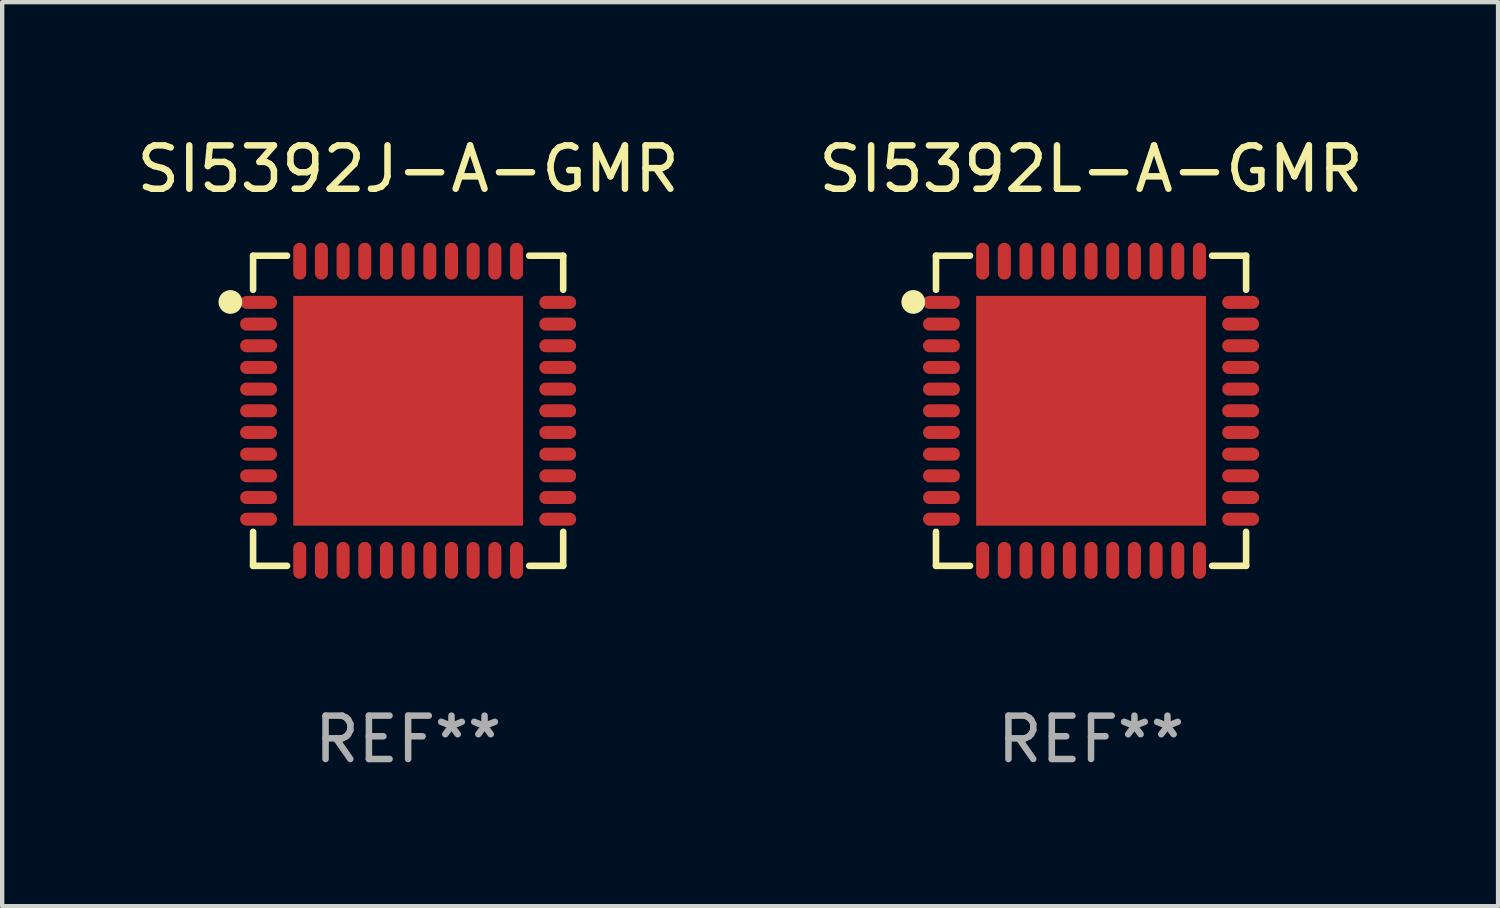
<source format=kicad_pcb>
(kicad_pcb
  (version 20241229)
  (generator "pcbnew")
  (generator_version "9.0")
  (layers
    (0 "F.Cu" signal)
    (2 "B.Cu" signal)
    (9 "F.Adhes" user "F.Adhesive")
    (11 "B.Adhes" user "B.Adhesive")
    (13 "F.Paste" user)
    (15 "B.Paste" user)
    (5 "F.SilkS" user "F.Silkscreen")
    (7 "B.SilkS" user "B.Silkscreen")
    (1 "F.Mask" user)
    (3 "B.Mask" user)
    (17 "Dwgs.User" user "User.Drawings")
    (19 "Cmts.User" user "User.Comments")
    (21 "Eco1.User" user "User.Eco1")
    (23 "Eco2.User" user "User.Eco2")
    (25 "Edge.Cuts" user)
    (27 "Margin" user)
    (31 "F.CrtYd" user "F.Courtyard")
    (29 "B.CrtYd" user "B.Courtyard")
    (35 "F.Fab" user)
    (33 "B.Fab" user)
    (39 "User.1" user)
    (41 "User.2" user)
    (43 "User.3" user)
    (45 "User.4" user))
  (footprint "SI5392L-A-GMR"
    (layer "F.Cu")
    (at 22.113 6.424)
    (property "Reference" "SI5392L-A-GMR" (at 0 -5.576 0) (layer "F.SilkS") (effects (font (size 1 1) (thickness 0.15))))
    (attr through_hole)
    (fp_line (start -3.576 -3.576) (end -2.792 -3.576) (stroke (width 0.152) (type solid)) (layer "F.SilkS"))
    (fp_line (start -3.576 -2.792) (end -3.576 -3.576) (stroke (width 0.152) (type solid)) (layer "F.SilkS"))
    (fp_line (start -3.576 2.792) (end -3.576 3.576) (stroke (width 0.152) (type solid)) (layer "F.SilkS"))
    (fp_line (start -3.576 3.576) (end -2.792 3.576) (stroke (width 0.152) (type solid)) (layer "F.SilkS"))
    (fp_line (start 3.576 -3.576) (end 2.792 -3.576) (stroke (width 0.152) (type solid)) (layer "F.SilkS"))
    (fp_line (start 3.576 -2.792) (end 3.576 -3.576) (stroke (width 0.152) (type solid)) (layer "F.SilkS"))
    (fp_line (start 3.576 2.792) (end 3.576 3.576) (stroke (width 0.152) (type solid)) (layer "F.SilkS"))
    (fp_line (start 3.576 3.576) (end 2.792 3.576) (stroke (width 0.152) (type solid)) (layer "F.SilkS"))
    (fp_arc (start -4.01016 -2.489967) (mid -3.990094 -2.494704) (end -3.970028 -2.489967) (stroke (width 0.254001) (type solid)) (layer "F.SilkS"))
    (fp_arc (start -3.970028 -2.489967) (mid -3.990094 -2.469901) (end -4.01016 -2.489967) (stroke (width 0.254001) (type solid)) (layer "F.SilkS"))
    (fp_circle (center -4.1 -2.51) (end -4.08 -2.51) (stroke (width 0.254) (type solid)) (fill no) (layer "F.SilkS"))
    (fp_text user "REF**" (at 0 7.576 0) (layer "F.Fab") (effects (font (size 1 1) (thickness 0.15))))
    (pad "1" smd oval (at -3.45 -2.5) (size 0.85 0.3) (layers "F.Cu" "F.Mask" "F.Paste"))
    (pad "2" smd oval (at -3.45 -2) (size 0.85 0.3) (layers "F.Cu" "F.Mask" "F.Paste"))
    (pad "3" smd oval (at -3.45 -1.5) (size 0.85 0.3) (layers "F.Cu" "F.Mask" "F.Paste"))
    (pad "4" smd oval (at -3.45 -1) (size 0.85 0.3) (layers "F.Cu" "F.Mask" "F.Paste"))
    (pad "5" smd oval (at -3.45 -0.5) (size 0.85 0.3) (layers "F.Cu" "F.Mask" "F.Paste"))
    (pad "6" smd oval (at -3.45 0) (size 0.85 0.3) (layers "F.Cu" "F.Mask" "F.Paste"))
    (pad "7" smd oval (at -3.45 0.5) (size 0.85 0.3) (layers "F.Cu" "F.Mask" "F.Paste"))
    (pad "8" smd oval (at -3.45 1) (size 0.85 0.3) (layers "F.Cu" "F.Mask" "F.Paste"))
    (pad "9" smd oval (at -3.45 1.5) (size 0.85 0.3) (layers "F.Cu" "F.Mask" "F.Paste"))
    (pad "10" smd oval (at -3.45 2) (size 0.85 0.3) (layers "F.Cu" "F.Mask" "F.Paste"))
    (pad "11" smd oval (at -3.45 2.5) (size 0.85 0.3) (layers "F.Cu" "F.Mask" "F.Paste"))
    (pad "12" smd oval (at -2.5 3.45) (size 0.3 0.85) (layers "F.Cu" "F.Mask" "F.Paste"))
    (pad "13" smd oval (at -2 3.45) (size 0.3 0.85) (layers "F.Cu" "F.Mask" "F.Paste"))
    (pad "14" smd oval (at -1.5 3.45) (size 0.3 0.85) (layers "F.Cu" "F.Mask" "F.Paste"))
    (pad "15" smd oval (at -1 3.45) (size 0.3 0.85) (layers "F.Cu" "F.Mask" "F.Paste"))
    (pad "16" smd oval (at -0.5 3.45) (size 0.3 0.85) (layers "F.Cu" "F.Mask" "F.Paste"))
    (pad "17" smd oval (at 0 3.45) (size 0.3 0.85) (layers "F.Cu" "F.Mask" "F.Paste"))
    (pad "18" smd oval (at 0.5 3.45) (size 0.3 0.85) (layers "F.Cu" "F.Mask" "F.Paste"))
    (pad "19" smd oval (at 1 3.45) (size 0.3 0.85) (layers "F.Cu" "F.Mask" "F.Paste"))
    (pad "20" smd oval (at 1.5 3.45) (size 0.3 0.85) (layers "F.Cu" "F.Mask" "F.Paste"))
    (pad "21" smd oval (at 2 3.45) (size 0.3 0.85) (layers "F.Cu" "F.Mask" "F.Paste"))
    (pad "22" smd oval (at 2.5 3.45) (size 0.3 0.85) (layers "F.Cu" "F.Mask" "F.Paste"))
    (pad "23" smd oval (at 3.45 2.5) (size 0.85 0.3) (layers "F.Cu" "F.Mask" "F.Paste"))
    (pad "24" smd oval (at 3.45 2) (size 0.85 0.3) (layers "F.Cu" "F.Mask" "F.Paste"))
    (pad "25" smd oval (at 3.45 1.5) (size 0.85 0.3) (layers "F.Cu" "F.Mask" "F.Paste"))
    (pad "26" smd oval (at 3.45 1) (size 0.85 0.3) (layers "F.Cu" "F.Mask" "F.Paste"))
    (pad "27" smd oval (at 3.45 0.5) (size 0.85 0.3) (layers "F.Cu" "F.Mask" "F.Paste"))
    (pad "28" smd oval (at 3.45 0) (size 0.85 0.3) (layers "F.Cu" "F.Mask" "F.Paste"))
    (pad "29" smd oval (at 3.45 -0.5) (size 0.85 0.3) (layers "F.Cu" "F.Mask" "F.Paste"))
    (pad "30" smd oval (at 3.45 -1) (size 0.85 0.3) (layers "F.Cu" "F.Mask" "F.Paste"))
    (pad "31" smd oval (at 3.45 -1.5) (size 0.85 0.3) (layers "F.Cu" "F.Mask" "F.Paste"))
    (pad "32" smd oval (at 3.45 -2) (size 0.85 0.3) (layers "F.Cu" "F.Mask" "F.Paste"))
    (pad "33" smd oval (at 3.45 -2.5) (size 0.85 0.3) (layers "F.Cu" "F.Mask" "F.Paste"))
    (pad "34" smd oval (at 2.5 -3.45) (size 0.3 0.85) (layers "F.Cu" "F.Mask" "F.Paste"))
    (pad "35" smd oval (at 2 -3.45) (size 0.3 0.85) (layers "F.Cu" "F.Mask" "F.Paste"))
    (pad "36" smd oval (at 1.5 -3.45) (size 0.3 0.85) (layers "F.Cu" "F.Mask" "F.Paste"))
    (pad "37" smd oval (at 1 -3.45) (size 0.3 0.85) (layers "F.Cu" "F.Mask" "F.Paste"))
    (pad "38" smd oval (at 0.5 -3.45) (size 0.3 0.85) (layers "F.Cu" "F.Mask" "F.Paste"))
    (pad "39" smd oval (at 0 -3.45) (size 0.3 0.85) (layers "F.Cu" "F.Mask" "F.Paste"))
    (pad "40" smd oval (at -0.5 -3.45) (size 0.3 0.85) (layers "F.Cu" "F.Mask" "F.Paste"))
    (pad "41" smd oval (at -1 -3.45) (size 0.3 0.85) (layers "F.Cu" "F.Mask" "F.Paste"))
    (pad "42" smd oval (at -1.5 -3.45) (size 0.3 0.85) (layers "F.Cu" "F.Mask" "F.Paste"))
    (pad "43" smd oval (at -2 -3.45) (size 0.3 0.85) (layers "F.Cu" "F.Mask" "F.Paste"))
    (pad "44" smd oval (at -2.5 -3.45) (size 0.3 0.85) (layers "F.Cu" "F.Mask" "F.Paste"))
    (pad "45" smd rect (at 0 0) (size 5.3 5.3) (layers "F.Cu" "F.Mask" "F.Paste")))
  (footprint "SI5392J-A-GMR"
    (layer "F.Cu")
    (at 6.363 6.424)
    (property "Reference" "SI5392J-A-GMR" (at 0 -5.576 0) (layer "F.SilkS") (effects (font (size 1 1) (thickness 0.15))))
    (attr through_hole)
    (fp_line (start -3.576 -3.576) (end -2.792 -3.576) (stroke (width 0.152) (type solid)) (layer "F.SilkS"))
    (fp_line (start -3.576 -2.792) (end -3.576 -3.576) (stroke (width 0.152) (type solid)) (layer "F.SilkS"))
    (fp_line (start -3.576 2.792) (end -3.576 3.576) (stroke (width 0.152) (type solid)) (layer "F.SilkS"))
    (fp_line (start -3.576 3.576) (end -2.792 3.576) (stroke (width 0.152) (type solid)) (layer "F.SilkS"))
    (fp_line (start 3.576 -3.576) (end 2.792 -3.576) (stroke (width 0.152) (type solid)) (layer "F.SilkS"))
    (fp_line (start 3.576 -2.792) (end 3.576 -3.576) (stroke (width 0.152) (type solid)) (layer "F.SilkS"))
    (fp_line (start 3.576 2.792) (end 3.576 3.576) (stroke (width 0.152) (type solid)) (layer "F.SilkS"))
    (fp_line (start 3.576 3.576) (end 2.792 3.576) (stroke (width 0.152) (type solid)) (layer "F.SilkS"))
    (fp_arc (start -4.01016 -2.489967) (mid -3.990094 -2.494704) (end -3.970028 -2.489967) (stroke (width 0.254001) (type solid)) (layer "F.SilkS"))
    (fp_arc (start -3.970028 -2.489967) (mid -3.990094 -2.469901) (end -4.01016 -2.489967) (stroke (width 0.254001) (type solid)) (layer "F.SilkS"))
    (fp_circle (center -4.1 -2.51) (end -4.08 -2.51) (stroke (width 0.254) (type solid)) (fill no) (layer "F.SilkS"))
    (fp_text user "REF**" (at 0 7.576 0) (layer "F.Fab") (effects (font (size 1 1) (thickness 0.15))))
    (pad "1" smd oval (at -3.45 -2.5) (size 0.85 0.3) (layers "F.Cu" "F.Mask" "F.Paste"))
    (pad "2" smd oval (at -3.45 -2) (size 0.85 0.3) (layers "F.Cu" "F.Mask" "F.Paste"))
    (pad "3" smd oval (at -3.45 -1.5) (size 0.85 0.3) (layers "F.Cu" "F.Mask" "F.Paste"))
    (pad "4" smd oval (at -3.45 -1) (size 0.85 0.3) (layers "F.Cu" "F.Mask" "F.Paste"))
    (pad "5" smd oval (at -3.45 -0.5) (size 0.85 0.3) (layers "F.Cu" "F.Mask" "F.Paste"))
    (pad "6" smd oval (at -3.45 0) (size 0.85 0.3) (layers "F.Cu" "F.Mask" "F.Paste"))
    (pad "7" smd oval (at -3.45 0.5) (size 0.85 0.3) (layers "F.Cu" "F.Mask" "F.Paste"))
    (pad "8" smd oval (at -3.45 1) (size 0.85 0.3) (layers "F.Cu" "F.Mask" "F.Paste"))
    (pad "9" smd oval (at -3.45 1.5) (size 0.85 0.3) (layers "F.Cu" "F.Mask" "F.Paste"))
    (pad "10" smd oval (at -3.45 2) (size 0.85 0.3) (layers "F.Cu" "F.Mask" "F.Paste"))
    (pad "11" smd oval (at -3.45 2.5) (size 0.85 0.3) (layers "F.Cu" "F.Mask" "F.Paste"))
    (pad "12" smd oval (at -2.5 3.45) (size 0.3 0.85) (layers "F.Cu" "F.Mask" "F.Paste"))
    (pad "13" smd oval (at -2 3.45) (size 0.3 0.85) (layers "F.Cu" "F.Mask" "F.Paste"))
    (pad "14" smd oval (at -1.5 3.45) (size 0.3 0.85) (layers "F.Cu" "F.Mask" "F.Paste"))
    (pad "15" smd oval (at -1 3.45) (size 0.3 0.85) (layers "F.Cu" "F.Mask" "F.Paste"))
    (pad "16" smd oval (at -0.5 3.45) (size 0.3 0.85) (layers "F.Cu" "F.Mask" "F.Paste"))
    (pad "17" smd oval (at 0 3.45) (size 0.3 0.85) (layers "F.Cu" "F.Mask" "F.Paste"))
    (pad "18" smd oval (at 0.5 3.45) (size 0.3 0.85) (layers "F.Cu" "F.Mask" "F.Paste"))
    (pad "19" smd oval (at 1 3.45) (size 0.3 0.85) (layers "F.Cu" "F.Mask" "F.Paste"))
    (pad "20" smd oval (at 1.5 3.45) (size 0.3 0.85) (layers "F.Cu" "F.Mask" "F.Paste"))
    (pad "21" smd oval (at 2 3.45) (size 0.3 0.85) (layers "F.Cu" "F.Mask" "F.Paste"))
    (pad "22" smd oval (at 2.5 3.45) (size 0.3 0.85) (layers "F.Cu" "F.Mask" "F.Paste"))
    (pad "23" smd oval (at 3.45 2.5) (size 0.85 0.3) (layers "F.Cu" "F.Mask" "F.Paste"))
    (pad "24" smd oval (at 3.45 2) (size 0.85 0.3) (layers "F.Cu" "F.Mask" "F.Paste"))
    (pad "25" smd oval (at 3.45 1.5) (size 0.85 0.3) (layers "F.Cu" "F.Mask" "F.Paste"))
    (pad "26" smd oval (at 3.45 1) (size 0.85 0.3) (layers "F.Cu" "F.Mask" "F.Paste"))
    (pad "27" smd oval (at 3.45 0.5) (size 0.85 0.3) (layers "F.Cu" "F.Mask" "F.Paste"))
    (pad "28" smd oval (at 3.45 0) (size 0.85 0.3) (layers "F.Cu" "F.Mask" "F.Paste"))
    (pad "29" smd oval (at 3.45 -0.5) (size 0.85 0.3) (layers "F.Cu" "F.Mask" "F.Paste"))
    (pad "30" smd oval (at 3.45 -1) (size 0.85 0.3) (layers "F.Cu" "F.Mask" "F.Paste"))
    (pad "31" smd oval (at 3.45 -1.5) (size 0.85 0.3) (layers "F.Cu" "F.Mask" "F.Paste"))
    (pad "32" smd oval (at 3.45 -2) (size 0.85 0.3) (layers "F.Cu" "F.Mask" "F.Paste"))
    (pad "33" smd oval (at 3.45 -2.5) (size 0.85 0.3) (layers "F.Cu" "F.Mask" "F.Paste"))
    (pad "34" smd oval (at 2.5 -3.45) (size 0.3 0.85) (layers "F.Cu" "F.Mask" "F.Paste"))
    (pad "35" smd oval (at 2 -3.45) (size 0.3 0.85) (layers "F.Cu" "F.Mask" "F.Paste"))
    (pad "36" smd oval (at 1.5 -3.45) (size 0.3 0.85) (layers "F.Cu" "F.Mask" "F.Paste"))
    (pad "37" smd oval (at 1 -3.45) (size 0.3 0.85) (layers "F.Cu" "F.Mask" "F.Paste"))
    (pad "38" smd oval (at 0.5 -3.45) (size 0.3 0.85) (layers "F.Cu" "F.Mask" "F.Paste"))
    (pad "39" smd oval (at 0 -3.45) (size 0.3 0.85) (layers "F.Cu" "F.Mask" "F.Paste"))
    (pad "40" smd oval (at -0.5 -3.45) (size 0.3 0.85) (layers "F.Cu" "F.Mask" "F.Paste"))
    (pad "41" smd oval (at -1 -3.45) (size 0.3 0.85) (layers "F.Cu" "F.Mask" "F.Paste"))
    (pad "42" smd oval (at -1.5 -3.45) (size 0.3 0.85) (layers "F.Cu" "F.Mask" "F.Paste"))
    (pad "43" smd oval (at -2 -3.45) (size 0.3 0.85) (layers "F.Cu" "F.Mask" "F.Paste"))
    (pad "44" smd oval (at -2.5 -3.45) (size 0.3 0.85) (layers "F.Cu" "F.Mask" "F.Paste"))
    (pad "45" smd rect (at 0 0) (size 5.3 5.3) (layers "F.Cu" "F.Mask" "F.Paste")))
  (gr_rect
    (start -3 -3)
    (end 31.5 17.849)
    (stroke (width 0.1) (type default))
    (fill no)
    (layer "Edge.Cuts")))
</source>
